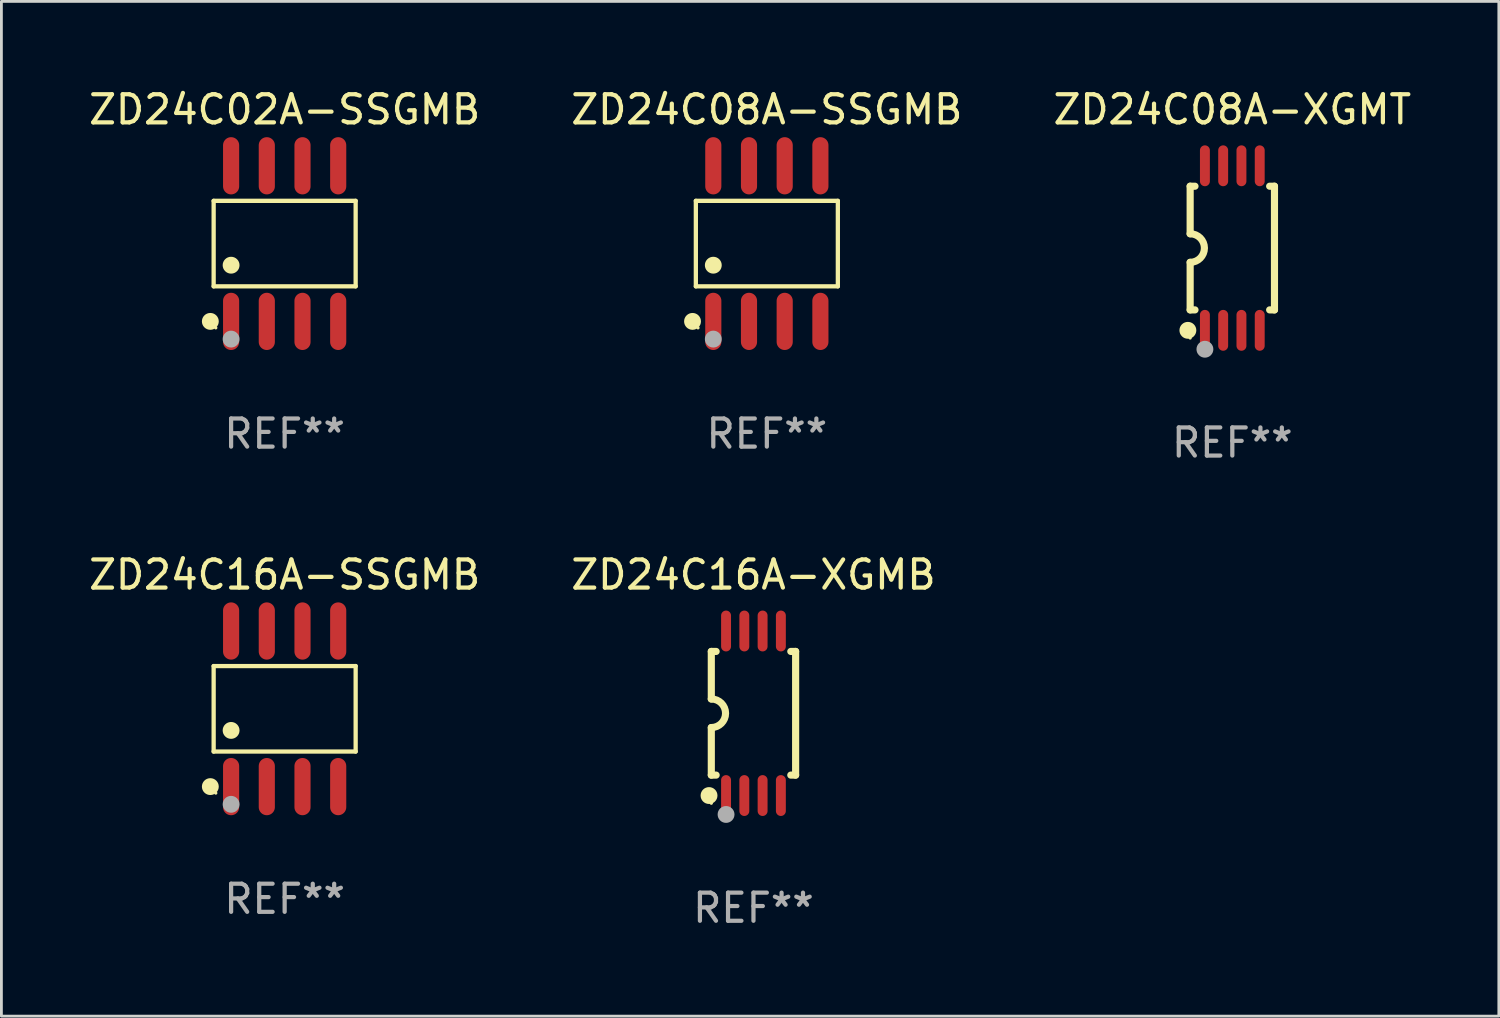
<source format=kicad_pcb>
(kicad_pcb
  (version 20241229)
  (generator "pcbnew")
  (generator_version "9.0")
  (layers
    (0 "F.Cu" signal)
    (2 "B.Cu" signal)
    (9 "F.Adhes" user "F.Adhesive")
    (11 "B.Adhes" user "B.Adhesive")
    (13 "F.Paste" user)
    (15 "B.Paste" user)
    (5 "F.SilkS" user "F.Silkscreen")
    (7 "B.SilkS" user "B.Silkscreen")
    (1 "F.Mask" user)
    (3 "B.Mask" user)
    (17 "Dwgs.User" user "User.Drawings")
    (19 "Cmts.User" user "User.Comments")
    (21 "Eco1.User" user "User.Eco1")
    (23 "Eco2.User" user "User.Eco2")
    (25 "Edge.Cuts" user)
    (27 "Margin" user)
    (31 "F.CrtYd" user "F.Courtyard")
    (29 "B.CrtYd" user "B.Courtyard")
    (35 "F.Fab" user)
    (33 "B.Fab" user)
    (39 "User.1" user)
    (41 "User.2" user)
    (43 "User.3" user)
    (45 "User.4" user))
  (footprint "ZD24C16A-SSGMB"
    (layer "F.Cu")
    (at 7.077 22.167)
    (property "Reference" "ZD24C16A-SSGMB" (at 0 -4.768 0) (layer "F.SilkS") (effects (font (size 1 1) (thickness 0.15))))
    (attr through_hole)
    (fp_line (start -2.526 -1.521) (end 2.526 -1.521) (stroke (width 0.152) (type solid)) (layer "F.SilkS"))
    (fp_line (start -2.526 1.521) (end -2.526 -1.521) (stroke (width 0.152) (type solid)) (layer "F.SilkS"))
    (fp_line (start 2.526 -1.521) (end 2.526 1.521) (stroke (width 0.152) (type solid)) (layer "F.SilkS"))
    (fp_line (start 2.526 1.521) (end -2.526 1.521) (stroke (width 0.152) (type solid)) (layer "F.SilkS"))
    (fp_circle (center -2.644 2.768) (end -2.494 2.768) (stroke (width 0.3) (type solid)) (fill no) (layer "F.SilkS"))
    (fp_circle (center -2.45 2.998) (end -2.42 2.998) (stroke (width 0.06) (type solid)) (fill no) (layer "F.SilkS"))
    (fp_circle (center -1.905 0.769) (end -1.755 0.769) (stroke (width 0.3) (type solid)) (fill no) (layer "F.SilkS"))
    (fp_circle (center -1.905 3.398) (end -1.755 3.398) (stroke (width 0.3) (type solid)) (fill no) (layer "F.Fab"))
    (fp_text user "REF**" (at 0 6.768 0) (layer "F.Fab") (effects (font (size 1 1) (thickness 0.15))))
    (pad "1" smd oval (at -1.905 2.768) (size 0.574 2.036) (layers "F.Cu" "F.Mask" "F.Paste"))
    (pad "2" smd oval (at -0.635 2.768) (size 0.574 2.036) (layers "F.Cu" "F.Mask" "F.Paste"))
    (pad "3" smd oval (at 0.635 2.768) (size 0.574 2.036) (layers "F.Cu" "F.Mask" "F.Paste"))
    (pad "4" smd oval (at 1.905 2.768) (size 0.574 2.036) (layers "F.Cu" "F.Mask" "F.Paste"))
    (pad "5" smd oval (at 1.905 -2.768) (size 0.574 2.036) (layers "F.Cu" "F.Mask" "F.Paste"))
    (pad "6" smd oval (at 0.635 -2.768) (size 0.574 2.036) (layers "F.Cu" "F.Mask" "F.Paste"))
    (pad "7" smd oval (at -0.635 -2.768) (size 0.574 2.036) (layers "F.Cu" "F.Mask" "F.Paste"))
    (pad "8" smd oval (at -1.905 -2.768) (size 0.574 2.036) (layers "F.Cu" "F.Mask" "F.Paste")))
  (footprint "ZD24C02A-SSGMB"
    (layer "F.Cu")
    (at 7.077 5.616)
    (property "Reference" "ZD24C02A-SSGMB" (at 0 -4.768 0) (layer "F.SilkS") (effects (font (size 1 1) (thickness 0.15))))
    (attr through_hole)
    (fp_line (start -2.526 -1.521) (end 2.526 -1.521) (stroke (width 0.152) (type solid)) (layer "F.SilkS"))
    (fp_line (start -2.526 1.521) (end -2.526 -1.521) (stroke (width 0.152) (type solid)) (layer "F.SilkS"))
    (fp_line (start 2.526 -1.521) (end 2.526 1.521) (stroke (width 0.152) (type solid)) (layer "F.SilkS"))
    (fp_line (start 2.526 1.521) (end -2.526 1.521) (stroke (width 0.152) (type solid)) (layer "F.SilkS"))
    (fp_circle (center -2.644 2.768) (end -2.494 2.768) (stroke (width 0.3) (type solid)) (fill no) (layer "F.SilkS"))
    (fp_circle (center -2.45 2.998) (end -2.42 2.998) (stroke (width 0.06) (type solid)) (fill no) (layer "F.SilkS"))
    (fp_circle (center -1.905 0.769) (end -1.755 0.769) (stroke (width 0.3) (type solid)) (fill no) (layer "F.SilkS"))
    (fp_circle (center -1.905 3.398) (end -1.755 3.398) (stroke (width 0.3) (type solid)) (fill no) (layer "F.Fab"))
    (fp_text user "REF**" (at 0 6.768 0) (layer "F.Fab") (effects (font (size 1 1) (thickness 0.15))))
    (pad "1" smd oval (at -1.905 2.768) (size 0.574 2.036) (layers "F.Cu" "F.Mask" "F.Paste"))
    (pad "2" smd oval (at -0.635 2.768) (size 0.574 2.036) (layers "F.Cu" "F.Mask" "F.Paste"))
    (pad "3" smd oval (at 0.635 2.768) (size 0.574 2.036) (layers "F.Cu" "F.Mask" "F.Paste"))
    (pad "4" smd oval (at 1.905 2.768) (size 0.574 2.036) (layers "F.Cu" "F.Mask" "F.Paste"))
    (pad "5" smd oval (at 1.905 -2.768) (size 0.574 2.036) (layers "F.Cu" "F.Mask" "F.Paste"))
    (pad "6" smd oval (at 0.635 -2.768) (size 0.574 2.036) (layers "F.Cu" "F.Mask" "F.Paste"))
    (pad "7" smd oval (at -0.635 -2.768) (size 0.574 2.036) (layers "F.Cu" "F.Mask" "F.Paste"))
    (pad "8" smd oval (at -1.905 -2.768) (size 0.574 2.036) (layers "F.Cu" "F.Mask" "F.Paste")))
  (footprint "ZD24C08A-XGMT"
    (layer "F.Cu")
    (at 40.792 5.775)
    (property "Reference" "ZD24C08A-XGMT" (at 0 -4.927 0) (layer "F.SilkS") (effects (font (size 1 1) (thickness 0.15))))
    (attr through_hole)
    (fp_line (start -1.5 -2.2) (end -1.5 -0.508) (stroke (width 0.254) (type solid)) (layer "F.SilkS"))
    (fp_line (start -1.5 -2.2) (end -1.328 -2.2) (stroke (width 0.254) (type solid)) (layer "F.SilkS"))
    (fp_line (start -1.5 2.2) (end -1.5 0.508) (stroke (width 0.254) (type solid)) (layer "F.SilkS"))
    (fp_line (start -1.5 2.2) (end -1.328 2.2) (stroke (width 0.254) (type solid)) (layer "F.SilkS"))
    (fp_line (start 1.328 -2.2) (end 1.5 -2.2) (stroke (width 0.254) (type solid)) (layer "F.SilkS"))
    (fp_line (start 1.328 2.2) (end 1.5 2.2) (stroke (width 0.254) (type solid)) (layer "F.SilkS"))
    (fp_line (start 1.5 -2.2) (end 1.5 2.2) (stroke (width 0.254) (type solid)) (layer "F.SilkS"))
    (fp_arc (start -1.501144 -0.508) (mid -0.993143 -0.000571) (end -1.5 0.508001) (stroke (width 0.254001) (type solid)) (layer "F.SilkS"))
    (fp_circle (center -1.581 2.927) (end -1.431 2.927) (stroke (width 0.3) (type solid)) (fill no) (layer "F.SilkS"))
    (fp_circle (center -1.5 3.2) (end -1.47 3.2) (stroke (width 0.06) (type solid)) (fill no) (layer "F.SilkS"))
    (fp_circle (center -0.975 3.6) (end -0.825 3.6) (stroke (width 0.3) (type solid)) (fill no) (layer "F.Fab"))
    (fp_text user "REF**" (at 0 6.927 0) (layer "F.Fab") (effects (font (size 1 1) (thickness 0.15))))
    (pad "1" smd oval (at -0.975 2.927) (size 0.353 1.454) (layers "F.Cu" "F.Mask" "F.Paste"))
    (pad "2" smd oval (at -0.325 2.927) (size 0.353 1.454) (layers "F.Cu" "F.Mask" "F.Paste"))
    (pad "3" smd oval (at 0.325 2.927) (size 0.353 1.454) (layers "F.Cu" "F.Mask" "F.Paste"))
    (pad "4" smd oval (at 0.975 2.927) (size 0.353 1.454) (layers "F.Cu" "F.Mask" "F.Paste"))
    (pad "5" smd oval (at 0.975 -2.927) (size 0.353 1.454) (layers "F.Cu" "F.Mask" "F.Paste"))
    (pad "6" smd oval (at 0.325 -2.927) (size 0.353 1.454) (layers "F.Cu" "F.Mask" "F.Paste"))
    (pad "7" smd oval (at -0.325 -2.927) (size 0.353 1.454) (layers "F.Cu" "F.Mask" "F.Paste"))
    (pad "8" smd oval (at -0.975 -2.927) (size 0.353 1.454) (layers "F.Cu" "F.Mask" "F.Paste")))
  (footprint "ZD24C16A-XGMB"
    (layer "F.Cu")
    (at 23.756 22.326)
    (property "Reference" "ZD24C16A-XGMB" (at 0 -4.927 0) (layer "F.SilkS") (effects (font (size 1 1) (thickness 0.15))))
    (attr through_hole)
    (fp_line (start -1.5 -2.2) (end -1.5 -0.508) (stroke (width 0.254) (type solid)) (layer "F.SilkS"))
    (fp_line (start -1.5 -2.2) (end -1.328 -2.2) (stroke (width 0.254) (type solid)) (layer "F.SilkS"))
    (fp_line (start -1.5 2.2) (end -1.5 0.508) (stroke (width 0.254) (type solid)) (layer "F.SilkS"))
    (fp_line (start -1.5 2.2) (end -1.328 2.2) (stroke (width 0.254) (type solid)) (layer "F.SilkS"))
    (fp_line (start 1.328 -2.2) (end 1.5 -2.2) (stroke (width 0.254) (type solid)) (layer "F.SilkS"))
    (fp_line (start 1.328 2.2) (end 1.5 2.2) (stroke (width 0.254) (type solid)) (layer "F.SilkS"))
    (fp_line (start 1.5 -2.2) (end 1.5 2.2) (stroke (width 0.254) (type solid)) (layer "F.SilkS"))
    (fp_arc (start -1.501144 -0.508) (mid -0.993143 -0.000571) (end -1.5 0.508001) (stroke (width 0.254001) (type solid)) (layer "F.SilkS"))
    (fp_circle (center -1.581 2.927) (end -1.431 2.927) (stroke (width 0.3) (type solid)) (fill no) (layer "F.SilkS"))
    (fp_circle (center -1.5 3.2) (end -1.47 3.2) (stroke (width 0.06) (type solid)) (fill no) (layer "F.SilkS"))
    (fp_circle (center -0.975 3.6) (end -0.825 3.6) (stroke (width 0.3) (type solid)) (fill no) (layer "F.Fab"))
    (fp_text user "REF**" (at 0 6.927 0) (layer "F.Fab") (effects (font (size 1 1) (thickness 0.15))))
    (pad "1" smd oval (at -0.975 2.927) (size 0.353 1.454) (layers "F.Cu" "F.Mask" "F.Paste"))
    (pad "2" smd oval (at -0.325 2.927) (size 0.353 1.454) (layers "F.Cu" "F.Mask" "F.Paste"))
    (pad "3" smd oval (at 0.325 2.927) (size 0.353 1.454) (layers "F.Cu" "F.Mask" "F.Paste"))
    (pad "4" smd oval (at 0.975 2.927) (size 0.353 1.454) (layers "F.Cu" "F.Mask" "F.Paste"))
    (pad "5" smd oval (at 0.975 -2.927) (size 0.353 1.454) (layers "F.Cu" "F.Mask" "F.Paste"))
    (pad "6" smd oval (at 0.325 -2.927) (size 0.353 1.454) (layers "F.Cu" "F.Mask" "F.Paste"))
    (pad "7" smd oval (at -0.325 -2.927) (size 0.353 1.454) (layers "F.Cu" "F.Mask" "F.Paste"))
    (pad "8" smd oval (at -0.975 -2.927) (size 0.353 1.454) (layers "F.Cu" "F.Mask" "F.Paste")))
  (footprint "ZD24C08A-SSGMB"
    (layer "F.Cu")
    (at 24.232 5.616)
    (property "Reference" "ZD24C08A-SSGMB" (at 0 -4.768 0) (layer "F.SilkS") (effects (font (size 1 1) (thickness 0.15))))
    (attr through_hole)
    (fp_line (start -2.526 -1.521) (end 2.526 -1.521) (stroke (width 0.152) (type solid)) (layer "F.SilkS"))
    (fp_line (start -2.526 1.521) (end -2.526 -1.521) (stroke (width 0.152) (type solid)) (layer "F.SilkS"))
    (fp_line (start 2.526 -1.521) (end 2.526 1.521) (stroke (width 0.152) (type solid)) (layer "F.SilkS"))
    (fp_line (start 2.526 1.521) (end -2.526 1.521) (stroke (width 0.152) (type solid)) (layer "F.SilkS"))
    (fp_circle (center -2.644 2.768) (end -2.494 2.768) (stroke (width 0.3) (type solid)) (fill no) (layer "F.SilkS"))
    (fp_circle (center -2.45 2.998) (end -2.42 2.998) (stroke (width 0.06) (type solid)) (fill no) (layer "F.SilkS"))
    (fp_circle (center -1.905 0.769) (end -1.755 0.769) (stroke (width 0.3) (type solid)) (fill no) (layer "F.SilkS"))
    (fp_circle (center -1.905 3.398) (end -1.755 3.398) (stroke (width 0.3) (type solid)) (fill no) (layer "F.Fab"))
    (fp_text user "REF**" (at 0 6.768 0) (layer "F.Fab") (effects (font (size 1 1) (thickness 0.15))))
    (pad "1" smd oval (at -1.905 2.768) (size 0.574 2.036) (layers "F.Cu" "F.Mask" "F.Paste"))
    (pad "2" smd oval (at -0.635 2.768) (size 0.574 2.036) (layers "F.Cu" "F.Mask" "F.Paste"))
    (pad "3" smd oval (at 0.635 2.768) (size 0.574 2.036) (layers "F.Cu" "F.Mask" "F.Paste"))
    (pad "4" smd oval (at 1.905 2.768) (size 0.574 2.036) (layers "F.Cu" "F.Mask" "F.Paste"))
    (pad "5" smd oval (at 1.905 -2.768) (size 0.574 2.036) (layers "F.Cu" "F.Mask" "F.Paste"))
    (pad "6" smd oval (at 0.635 -2.768) (size 0.574 2.036) (layers "F.Cu" "F.Mask" "F.Paste"))
    (pad "7" smd oval (at -0.635 -2.768) (size 0.574 2.036) (layers "F.Cu" "F.Mask" "F.Paste"))
    (pad "8" smd oval (at -1.905 -2.768) (size 0.574 2.036) (layers "F.Cu" "F.Mask" "F.Paste")))
  (gr_rect
    (start -3 -3)
    (end 50.274 33.101)
    (stroke (width 0.1) (type default))
    (fill no)
    (layer "Edge.Cuts")))
</source>
